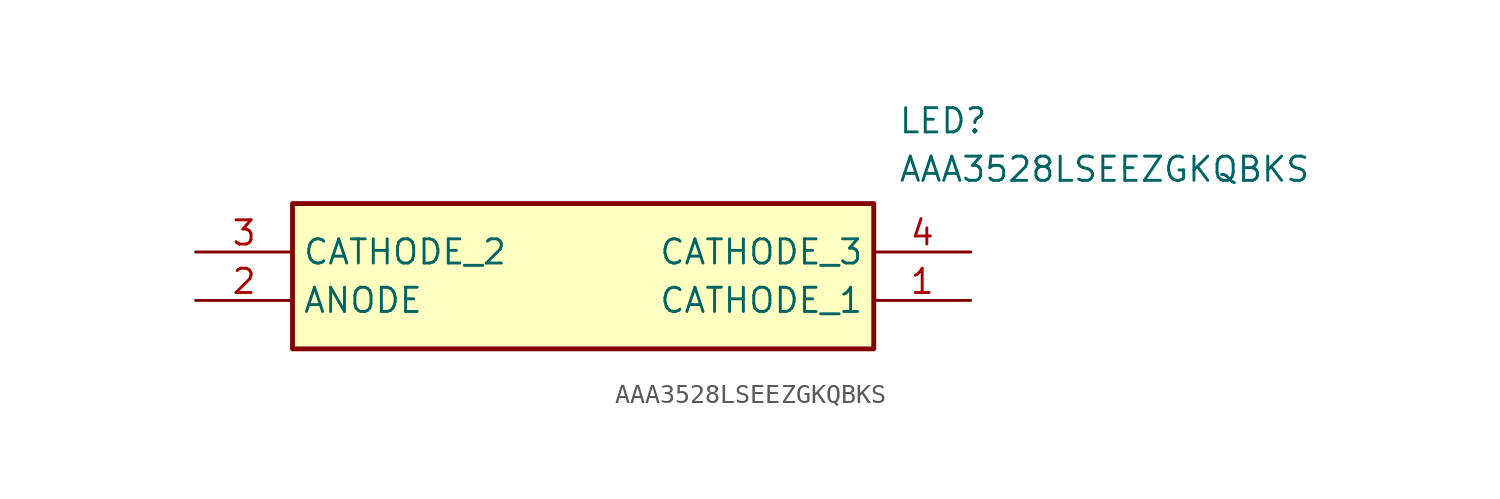
<source format=kicad_sym>
(kicad_symbol_lib
  (version 20211014)
  (generator SamacSys_ECAD_Model)
  (symbol "AAA3528LSEEZGKQBKS"
    (property "Reference" "LED"
      (at 36.83 7.62 0)
      (effects (font (size 1.27 1.27)) (justify left top)))
    (property "Value" "AAA3528LSEEZGKQBKS"
      (at 36.83 5.08 0)
      (effects (font (size 1.27 1.27)) (justify left top)))
    (rectangle
      (start 5.08 2.54)
      (end 35.56 -5.08)
      (stroke (width 0.254) (type default))
      (fill (type background)))
    (pin passive line
      (at 40.64 -2.54 180)
      (length 5.08)
      (name "CATHODE_1" (effects (font (size 1.27 1.27))))
      (number "1" (effects (font (size 1.27 1.27)))))
    (pin passive line
      (at 0 -2.54 0)
      (length 5.08)
      (name "ANODE" (effects (font (size 1.27 1.27))))
      (number "2" (effects (font (size 1.27 1.27)))))
    (pin passive line
      (at 0 0 0)
      (length 5.08)
      (name "CATHODE_2" (effects (font (size 1.27 1.27))))
      (number "3" (effects (font (size 1.27 1.27)))))
    (pin passive line
      (at 40.64 0 180)
      (length 5.08)
      (name "CATHODE_3" (effects (font (size 1.27 1.27))))
      (number "4" (effects (font (size 1.27 1.27)))))))
</source>
